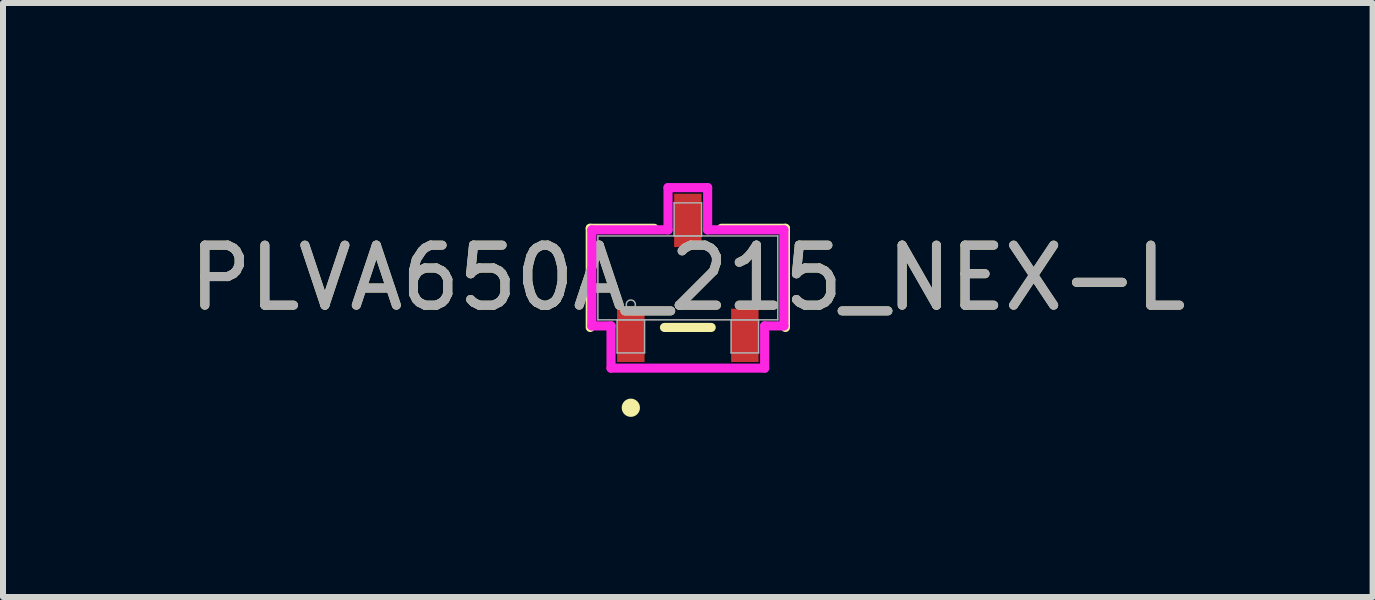
<source format=kicad_pcb>
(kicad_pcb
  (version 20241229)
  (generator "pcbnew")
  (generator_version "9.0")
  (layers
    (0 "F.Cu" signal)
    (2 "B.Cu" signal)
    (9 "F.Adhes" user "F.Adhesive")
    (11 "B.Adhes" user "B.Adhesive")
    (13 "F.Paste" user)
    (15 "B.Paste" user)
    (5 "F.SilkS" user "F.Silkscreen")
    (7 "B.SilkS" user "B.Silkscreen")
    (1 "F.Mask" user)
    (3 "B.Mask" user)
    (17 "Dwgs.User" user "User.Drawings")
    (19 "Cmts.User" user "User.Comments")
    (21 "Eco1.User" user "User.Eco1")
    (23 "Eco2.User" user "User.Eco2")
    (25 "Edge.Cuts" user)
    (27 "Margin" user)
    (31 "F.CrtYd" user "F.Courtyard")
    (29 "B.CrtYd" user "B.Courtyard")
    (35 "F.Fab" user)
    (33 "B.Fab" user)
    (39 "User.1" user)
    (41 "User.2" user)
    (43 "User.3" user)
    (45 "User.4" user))
  (footprint "PLVA650A_215_NEX-L"
    (layer "F.Cu")
    (at 8.411 1.58)
    (property "Reference" "PLVA650A_215_NEX-L" (at 0 0 0) (unlocked yes) (layer "F.SilkS") (effects (font (size 1 1) (thickness 0.15))))
    (attr smd)
    (fp_line (start -1.626 -0.826) (end -1.626 0.826) (stroke (width 0.152) (type solid)) (layer "F.SilkS"))
    (fp_line (start -0.561 -0.826) (end -1.626 -0.826) (stroke (width 0.152) (type solid)) (layer "F.SilkS"))
    (fp_line (start -0.389 0.826) (end 0.389 0.826) (stroke (width 0.152) (type solid)) (layer "F.SilkS"))
    (fp_line (start 1.626 -0.826) (end 0.561 -0.826) (stroke (width 0.152) (type solid)) (layer "F.SilkS"))
    (fp_line (start 1.626 0.826) (end 1.626 -0.826) (stroke (width 0.152) (type solid)) (layer "F.SilkS"))
    (fp_circle (center -0.95 2.164) (end -0.874 2.164) (stroke (width 0.152) (type solid)) (fill no) (layer "F.SilkS"))
    (fp_line (start -1.6 -0.8) (end -0.33 -0.8) (stroke (width 0.152) (type solid)) (layer "F.CrtYd"))
    (fp_line (start -1.6 0.8) (end -1.6 -0.8) (stroke (width 0.152) (type solid)) (layer "F.CrtYd"))
    (fp_line (start -1.6 0.8) (end -1.28 0.8) (stroke (width 0.152) (type solid)) (layer "F.CrtYd"))
    (fp_line (start -1.28 0.8) (end -1.28 1.504) (stroke (width 0.152) (type solid)) (layer "F.CrtYd"))
    (fp_line (start -1.28 1.504) (end 1.28 1.504) (stroke (width 0.152) (type solid)) (layer "F.CrtYd"))
    (fp_line (start -0.33 -1.504) (end 0.33 -1.504) (stroke (width 0.152) (type solid)) (layer "F.CrtYd"))
    (fp_line (start -0.33 -0.8) (end -0.33 -1.504) (stroke (width 0.152) (type solid)) (layer "F.CrtYd"))
    (fp_line (start 0.33 -0.8) (end 0.33 -1.504) (stroke (width 0.152) (type solid)) (layer "F.CrtYd"))
    (fp_line (start 1.28 0.8) (end 1.28 1.504) (stroke (width 0.152) (type solid)) (layer "F.CrtYd"))
    (fp_line (start 1.6 -0.8) (end 0.33 -0.8) (stroke (width 0.152) (type solid)) (layer "F.CrtYd"))
    (fp_line (start 1.6 -0.8) (end 1.6 0.8) (stroke (width 0.152) (type solid)) (layer "F.CrtYd"))
    (fp_line (start 1.6 0.8) (end 1.28 0.8) (stroke (width 0.152) (type solid)) (layer "F.CrtYd"))
    (fp_line (start -1.499 -0.699) (end -1.499 0.699) (stroke (width 0.025) (type solid)) (layer "F.Fab"))
    (fp_line (start -1.499 0.699) (end 1.499 0.699) (stroke (width 0.025) (type solid)) (layer "F.Fab"))
    (fp_line (start -1.179 0.699) (end -1.179 1.25) (stroke (width 0.025) (type solid)) (layer "F.Fab"))
    (fp_line (start -1.179 1.25) (end -0.721 1.25) (stroke (width 0.025) (type solid)) (layer "F.Fab"))
    (fp_line (start -0.721 0.699) (end -1.179 0.699) (stroke (width 0.025) (type solid)) (layer "F.Fab"))
    (fp_line (start -0.721 1.25) (end -0.721 0.699) (stroke (width 0.025) (type solid)) (layer "F.Fab"))
    (fp_line (start -0.229 -1.25) (end -0.229 -0.699) (stroke (width 0.025) (type solid)) (layer "F.Fab"))
    (fp_line (start -0.229 -0.699) (end 0.229 -0.699) (stroke (width 0.025) (type solid)) (layer "F.Fab"))
    (fp_line (start 0.229 -1.25) (end -0.229 -1.25) (stroke (width 0.025) (type solid)) (layer "F.Fab"))
    (fp_line (start 0.229 -0.699) (end 0.229 -1.25) (stroke (width 0.025) (type solid)) (layer "F.Fab"))
    (fp_line (start 0.721 0.699) (end 0.721 1.25) (stroke (width 0.025) (type solid)) (layer "F.Fab"))
    (fp_line (start 0.721 1.25) (end 1.179 1.25) (stroke (width 0.025) (type solid)) (layer "F.Fab"))
    (fp_line (start 1.179 0.699) (end 0.721 0.699) (stroke (width 0.025) (type solid)) (layer "F.Fab"))
    (fp_line (start 1.179 1.25) (end 1.179 0.699) (stroke (width 0.025) (type solid)) (layer "F.Fab"))
    (fp_line (start 1.499 -0.699) (end -1.499 -0.699) (stroke (width 0.025) (type solid)) (layer "F.Fab"))
    (fp_line (start 1.499 0.699) (end 1.499 -0.699) (stroke (width 0.025) (type solid)) (layer "F.Fab"))
    (fp_circle (center -0.95 0.445) (end -0.874 0.445) (stroke (width 0.025) (type solid)) (fill no) (layer "F.Fab"))
    (fp_text user "${REFERENCE}" (at 0 0 0) (unlocked yes) (layer "F.Fab") (effects (font (size 1 1) (thickness 0.15))))
    (pad "1" smd rect (at -0.95 0.958) (size 0.457 0.889) (layers "F.Cu" "F.Mask" "F.Paste"))
    (pad "2" smd rect (at 0.95 0.958) (size 0.457 0.889) (layers "F.Cu" "F.Mask" "F.Paste"))
    (pad "3" smd rect (at 0 -0.958) (size 0.457 0.889) (layers "F.Cu" "F.Mask" "F.Paste")))
  (gr_rect
    (start -3 -3)
    (end 19.821 6.897)
    (stroke (width 0.1) (type default))
    (fill no)
    (layer "Edge.Cuts")))
</source>
